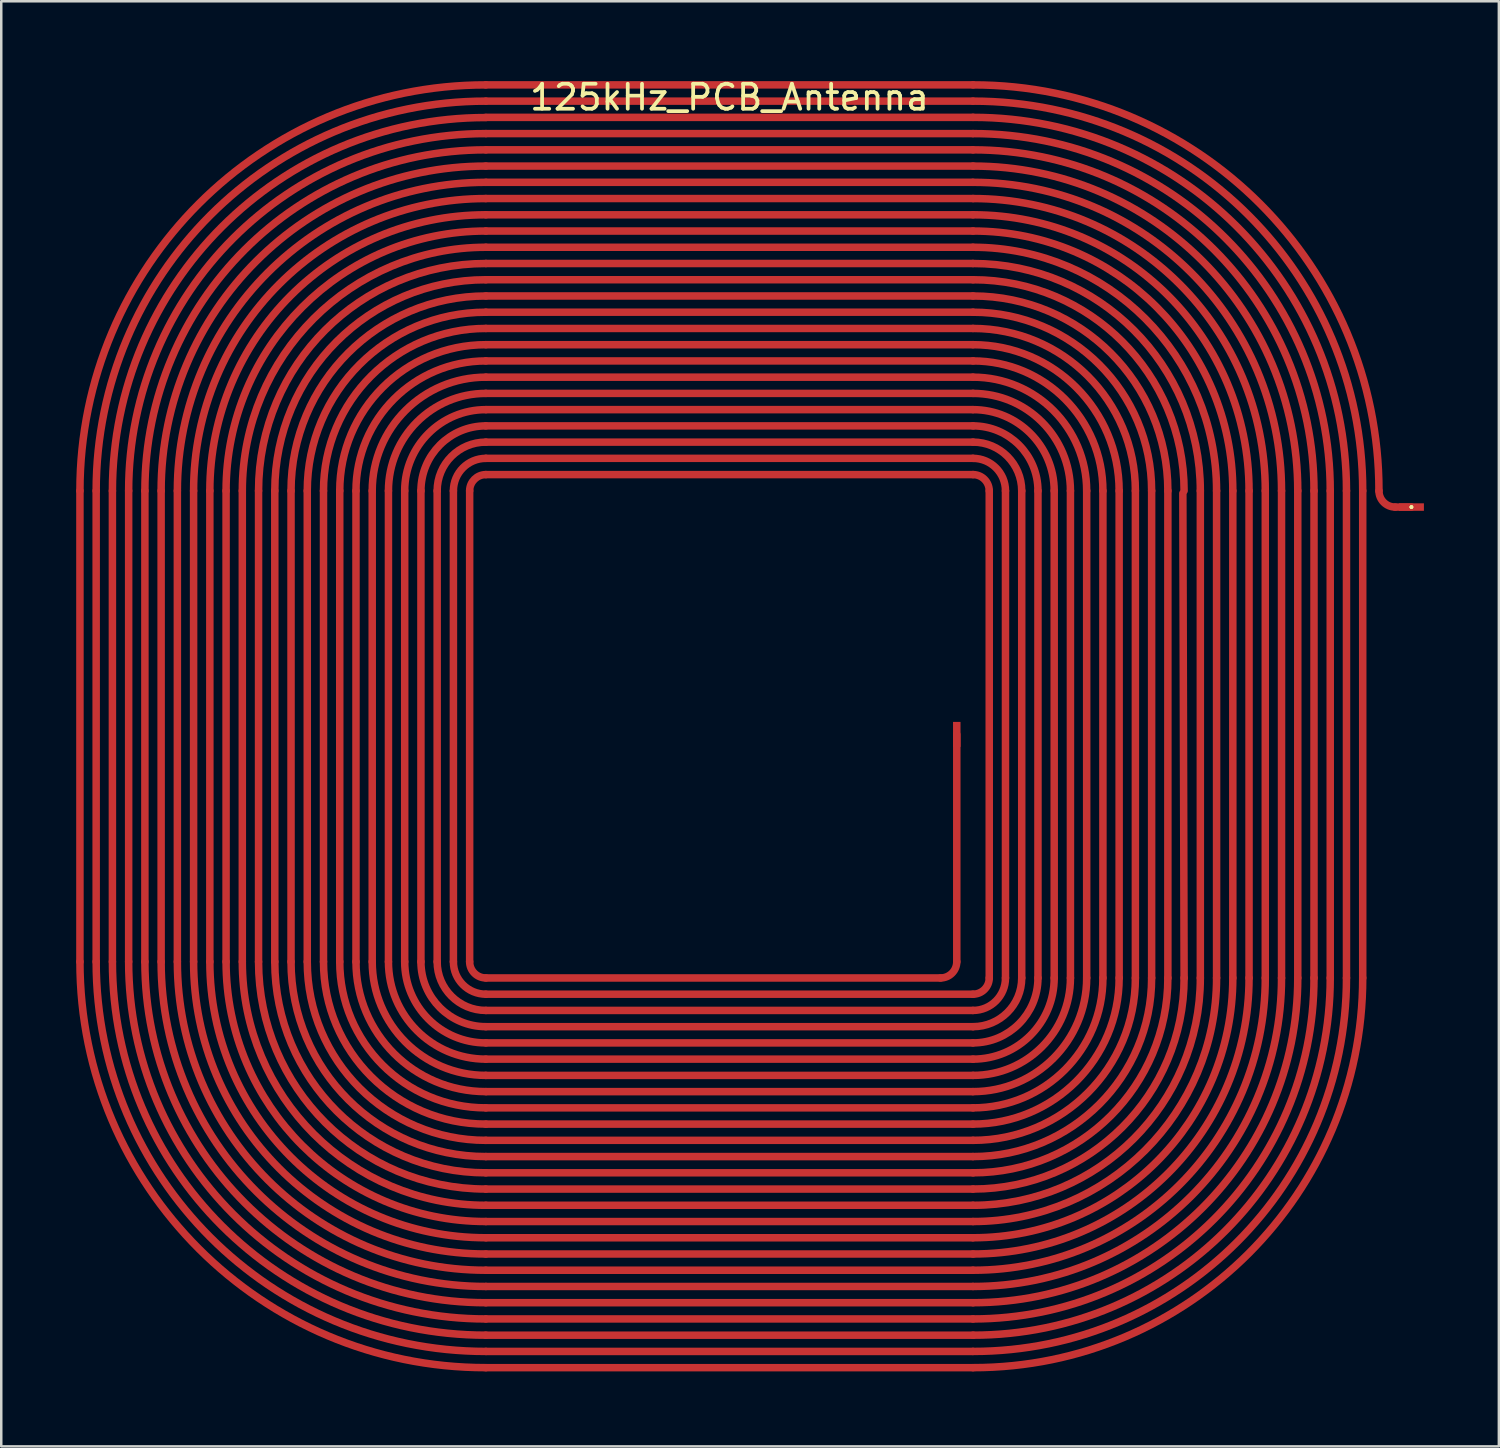
<source format=kicad_pcb>
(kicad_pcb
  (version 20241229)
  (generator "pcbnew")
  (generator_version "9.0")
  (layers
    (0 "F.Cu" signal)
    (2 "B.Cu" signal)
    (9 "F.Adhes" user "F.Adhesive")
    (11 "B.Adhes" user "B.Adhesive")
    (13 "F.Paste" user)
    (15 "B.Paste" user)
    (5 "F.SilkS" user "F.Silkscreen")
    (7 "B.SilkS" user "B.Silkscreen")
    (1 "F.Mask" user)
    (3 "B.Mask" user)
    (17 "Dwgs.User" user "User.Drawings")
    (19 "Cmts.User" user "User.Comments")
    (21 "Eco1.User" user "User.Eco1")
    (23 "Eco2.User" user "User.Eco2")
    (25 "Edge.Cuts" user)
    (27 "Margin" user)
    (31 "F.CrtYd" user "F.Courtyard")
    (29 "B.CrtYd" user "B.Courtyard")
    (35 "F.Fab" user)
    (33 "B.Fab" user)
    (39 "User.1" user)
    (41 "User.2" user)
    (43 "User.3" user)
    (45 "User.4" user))
  (footprint "125kHz_PCB_Antenna"
    (layer "F.Cu")
    (at 26.15 0.348)
    (property "Reference" "125kHz_PCB_Antenna" (at 0 0.5 0) (layer "F.SilkS") (effects (font (size 1 1) (thickness 0.15))))
    (attr smd)
    (fp_line (start -26 35.1) (end -26 16.25) (stroke (width 0.3) (type solid)) (layer "F.Cu"))
    (fp_line (start -25.35 35.1) (end -25.35 16.25) (stroke (width 0.3) (type solid)) (layer "F.Cu"))
    (fp_line (start -24.7 35.1) (end -24.7 16.25) (stroke (width 0.3) (type solid)) (layer "F.Cu"))
    (fp_line (start -24.05 35.1) (end -24.05 16.25) (stroke (width 0.3) (type solid)) (layer "F.Cu"))
    (fp_line (start -23.4 35.1) (end -23.4 16.25) (stroke (width 0.3) (type solid)) (layer "F.Cu"))
    (fp_line (start -22.75 35.1) (end -22.75 16.25) (stroke (width 0.3) (type solid)) (layer "F.Cu"))
    (fp_line (start -22.1 35.1) (end -22.1 16.25) (stroke (width 0.3) (type solid)) (layer "F.Cu"))
    (fp_line (start -21.45 35.1) (end -21.45 16.25) (stroke (width 0.3) (type solid)) (layer "F.Cu"))
    (fp_line (start -20.8 35.1) (end -20.8 16.25) (stroke (width 0.3) (type solid)) (layer "F.Cu"))
    (fp_line (start -20.15 35.1) (end -20.15 16.25) (stroke (width 0.3) (type solid)) (layer "F.Cu"))
    (fp_line (start -19.5 35.1) (end -19.5 16.25) (stroke (width 0.3) (type solid)) (layer "F.Cu"))
    (fp_line (start -18.85 35.1) (end -18.85 16.25) (stroke (width 0.3) (type solid)) (layer "F.Cu"))
    (fp_line (start -18.2 35.1) (end -18.2 16.25) (stroke (width 0.3) (type solid)) (layer "F.Cu"))
    (fp_line (start -17.55 35.1) (end -17.55 16.25) (stroke (width 0.3) (type solid)) (layer "F.Cu"))
    (fp_line (start -16.9 35.1) (end -16.9 16.25) (stroke (width 0.3) (type solid)) (layer "F.Cu"))
    (fp_line (start -16.25 35.1) (end -16.25 16.25) (stroke (width 0.3) (type solid)) (layer "F.Cu"))
    (fp_line (start -15.6 35.1) (end -15.6 16.25) (stroke (width 0.3) (type solid)) (layer "F.Cu"))
    (fp_line (start -14.95 35.1) (end -14.95 16.25) (stroke (width 0.3) (type solid)) (layer "F.Cu"))
    (fp_line (start -14.3 35.1) (end -14.3 16.25) (stroke (width 0.3) (type solid)) (layer "F.Cu"))
    (fp_line (start -13.65 35.1) (end -13.65 16.25) (stroke (width 0.3) (type solid)) (layer "F.Cu"))
    (fp_line (start -13 35.1) (end -13 16.25) (stroke (width 0.3) (type solid)) (layer "F.Cu"))
    (fp_line (start -12.35 35.1) (end -12.35 16.25) (stroke (width 0.3) (type solid)) (layer "F.Cu"))
    (fp_line (start -11.7 35.1) (end -11.7 16.25) (stroke (width 0.3) (type solid)) (layer "F.Cu"))
    (fp_line (start -11.05 35.1) (end -11.05 16.25) (stroke (width 0.3) (type solid)) (layer "F.Cu"))
    (fp_line (start -10.4 35.1) (end -10.4 16.25) (stroke (width 0.3) (type solid)) (layer "F.Cu"))
    (fp_line (start -9.75 0) (end 9.75 0) (stroke (width 0.3) (type solid)) (layer "F.Cu"))
    (fp_line (start -9.75 0.65) (end 9.75 0.65) (stroke (width 0.3) (type solid)) (layer "F.Cu"))
    (fp_line (start -9.75 1.3) (end 9.75 1.3) (stroke (width 0.3) (type solid)) (layer "F.Cu"))
    (fp_line (start -9.75 1.95) (end 9.75 1.95) (stroke (width 0.3) (type solid)) (layer "F.Cu"))
    (fp_line (start -9.75 2.6) (end 9.75 2.6) (stroke (width 0.3) (type solid)) (layer "F.Cu"))
    (fp_line (start -9.75 3.25) (end 9.75 3.25) (stroke (width 0.3) (type solid)) (layer "F.Cu"))
    (fp_line (start -9.75 3.9) (end 9.75 3.9) (stroke (width 0.3) (type solid)) (layer "F.Cu"))
    (fp_line (start -9.75 4.55) (end 9.75 4.55) (stroke (width 0.3) (type solid)) (layer "F.Cu"))
    (fp_line (start -9.75 5.2) (end 9.75 5.2) (stroke (width 0.3) (type solid)) (layer "F.Cu"))
    (fp_line (start -9.75 5.85) (end 9.75 5.85) (stroke (width 0.3) (type solid)) (layer "F.Cu"))
    (fp_line (start -9.75 6.5) (end 9.75 6.5) (stroke (width 0.3) (type solid)) (layer "F.Cu"))
    (fp_line (start -9.75 7.15) (end 9.75 7.15) (stroke (width 0.3) (type solid)) (layer "F.Cu"))
    (fp_line (start -9.75 7.8) (end 9.75 7.8) (stroke (width 0.3) (type solid)) (layer "F.Cu"))
    (fp_line (start -9.75 8.45) (end 9.75 8.45) (stroke (width 0.3) (type solid)) (layer "F.Cu"))
    (fp_line (start -9.75 9.1) (end 9.75 9.1) (stroke (width 0.3) (type solid)) (layer "F.Cu"))
    (fp_line (start -9.75 9.75) (end 9.75 9.75) (stroke (width 0.3) (type solid)) (layer "F.Cu"))
    (fp_line (start -9.75 10.4) (end 9.75 10.4) (stroke (width 0.3) (type solid)) (layer "F.Cu"))
    (fp_line (start -9.75 11.05) (end 9.75 11.05) (stroke (width 0.3) (type solid)) (layer "F.Cu"))
    (fp_line (start -9.75 11.7) (end 9.75 11.7) (stroke (width 0.3) (type solid)) (layer "F.Cu"))
    (fp_line (start -9.75 12.35) (end 9.75 12.35) (stroke (width 0.3) (type solid)) (layer "F.Cu"))
    (fp_line (start -9.75 13) (end 9.75 13) (stroke (width 0.3) (type solid)) (layer "F.Cu"))
    (fp_line (start -9.75 13.65) (end 9.75 13.65) (stroke (width 0.3) (type solid)) (layer "F.Cu"))
    (fp_line (start -9.75 14.3) (end 9.75 14.3) (stroke (width 0.3) (type solid)) (layer "F.Cu"))
    (fp_line (start -9.75 14.95) (end 9.75 14.95) (stroke (width 0.3) (type solid)) (layer "F.Cu"))
    (fp_line (start -9.75 15.6) (end 9.75 15.6) (stroke (width 0.3) (type solid)) (layer "F.Cu"))
    (fp_line (start 8.45 35.75) (end -9.75 35.75) (stroke (width 0.3) (type solid)) (layer "F.Cu"))
    (fp_line (start 9.1 26) (end 9.1 35.1) (stroke (width 0.3) (type solid)) (layer "F.Cu"))
    (fp_line (start 9.75 36.4) (end -9.75 36.4) (stroke (width 0.3) (type solid)) (layer "F.Cu"))
    (fp_line (start 9.75 37.05) (end -9.75 37.05) (stroke (width 0.3) (type solid)) (layer "F.Cu"))
    (fp_line (start 9.75 37.7) (end -9.75 37.7) (stroke (width 0.3) (type solid)) (layer "F.Cu"))
    (fp_line (start 9.75 38.35) (end -9.75 38.35) (stroke (width 0.3) (type solid)) (layer "F.Cu"))
    (fp_line (start 9.75 39) (end -9.75 39) (stroke (width 0.3) (type solid)) (layer "F.Cu"))
    (fp_line (start 9.75 39.65) (end -9.75 39.65) (stroke (width 0.3) (type solid)) (layer "F.Cu"))
    (fp_line (start 9.75 40.3) (end -9.75 40.3) (stroke (width 0.3) (type solid)) (layer "F.Cu"))
    (fp_line (start 9.75 40.95) (end -9.75 40.95) (stroke (width 0.3) (type solid)) (layer "F.Cu"))
    (fp_line (start 9.75 41.6) (end -9.75 41.6) (stroke (width 0.3) (type solid)) (layer "F.Cu"))
    (fp_line (start 9.75 42.25) (end -9.75 42.25) (stroke (width 0.3) (type solid)) (layer "F.Cu"))
    (fp_line (start 9.75 42.9) (end -9.75 42.9) (stroke (width 0.3) (type solid)) (layer "F.Cu"))
    (fp_line (start 9.75 43.55) (end -9.75 43.55) (stroke (width 0.3) (type solid)) (layer "F.Cu"))
    (fp_line (start 9.75 44.2) (end -9.75 44.2) (stroke (width 0.3) (type solid)) (layer "F.Cu"))
    (fp_line (start 9.75 44.85) (end -9.75 44.85) (stroke (width 0.3) (type solid)) (layer "F.Cu"))
    (fp_line (start 9.75 45.5) (end -9.75 45.5) (stroke (width 0.3) (type solid)) (layer "F.Cu"))
    (fp_line (start 9.75 46.15) (end -9.75 46.15) (stroke (width 0.3) (type solid)) (layer "F.Cu"))
    (fp_line (start 9.75 46.8) (end -9.75 46.8) (stroke (width 0.3) (type solid)) (layer "F.Cu"))
    (fp_line (start 9.75 47.45) (end -9.75 47.45) (stroke (width 0.3) (type solid)) (layer "F.Cu"))
    (fp_line (start 9.75 48.1) (end -9.75 48.1) (stroke (width 0.3) (type solid)) (layer "F.Cu"))
    (fp_line (start 9.75 48.75) (end -9.75 48.75) (stroke (width 0.3) (type solid)) (layer "F.Cu"))
    (fp_line (start 9.75 49.4) (end -9.75 49.4) (stroke (width 0.3) (type solid)) (layer "F.Cu"))
    (fp_line (start 9.75 50.05) (end -9.75 50.05) (stroke (width 0.3) (type solid)) (layer "F.Cu"))
    (fp_line (start 9.75 50.7) (end -9.75 50.7) (stroke (width 0.3) (type solid)) (layer "F.Cu"))
    (fp_line (start 9.75 51.35) (end -9.75 51.35) (stroke (width 0.3) (type solid)) (layer "F.Cu"))
    (fp_line (start 10.4 16.25) (end 10.4 35.75) (stroke (width 0.3) (type solid)) (layer "F.Cu"))
    (fp_line (start 11.05 16.25) (end 11.05 35.75) (stroke (width 0.3) (type solid)) (layer "F.Cu"))
    (fp_line (start 11.7 16.25) (end 11.7 35.75) (stroke (width 0.3) (type solid)) (layer "F.Cu"))
    (fp_line (start 12.35 16.25) (end 12.35 35.75) (stroke (width 0.3) (type solid)) (layer "F.Cu"))
    (fp_line (start 13 16.25) (end 13 35.75) (stroke (width 0.3) (type solid)) (layer "F.Cu"))
    (fp_line (start 13.65 16.25) (end 13.65 35.75) (stroke (width 0.3) (type solid)) (layer "F.Cu"))
    (fp_line (start 14.3 16.25) (end 14.3 35.75) (stroke (width 0.3) (type solid)) (layer "F.Cu"))
    (fp_line (start 14.95 16.25) (end 14.95 35.75) (stroke (width 0.3) (type solid)) (layer "F.Cu"))
    (fp_line (start 15.6 16.25) (end 15.6 35.75) (stroke (width 0.3) (type solid)) (layer "F.Cu"))
    (fp_line (start 16.25 16.25) (end 16.25 35.75) (stroke (width 0.3) (type solid)) (layer "F.Cu"))
    (fp_line (start 16.9 16.25) (end 16.9 35.75) (stroke (width 0.3) (type solid)) (layer "F.Cu"))
    (fp_line (start 17.55 16.25) (end 17.55 35.75) (stroke (width 0.3) (type solid)) (layer "F.Cu"))
    (fp_line (start 18.15 16.35) (end 18.2 35.75) (stroke (width 0.3) (type solid)) (layer "F.Cu"))
    (fp_line (start 18.85 16.25) (end 18.85 35.75) (stroke (width 0.3) (type solid)) (layer "F.Cu"))
    (fp_line (start 19.5 16.25) (end 19.5 35.75) (stroke (width 0.3) (type solid)) (layer "F.Cu"))
    (fp_line (start 20.15 16.25) (end 20.15 35.75) (stroke (width 0.3) (type solid)) (layer "F.Cu"))
    (fp_line (start 20.8 16.25) (end 20.8 35.75) (stroke (width 0.3) (type solid)) (layer "F.Cu"))
    (fp_line (start 21.45 16.25) (end 21.45 35.75) (stroke (width 0.3) (type solid)) (layer "F.Cu"))
    (fp_line (start 22.1 16.25) (end 22.1 35.75) (stroke (width 0.3) (type solid)) (layer "F.Cu"))
    (fp_line (start 22.75 16.25) (end 22.75 35.75) (stroke (width 0.3) (type solid)) (layer "F.Cu"))
    (fp_line (start 23.4 16.25) (end 23.4 35.75) (stroke (width 0.3) (type solid)) (layer "F.Cu"))
    (fp_line (start 24.05 16.25) (end 24.05 35.75) (stroke (width 0.3) (type solid)) (layer "F.Cu"))
    (fp_line (start 24.7 16.25) (end 24.7 35.75) (stroke (width 0.3) (type solid)) (layer "F.Cu"))
    (fp_line (start 25.35 16.25) (end 25.35 35.75) (stroke (width 0.3) (type solid)) (layer "F.Cu"))
    (fp_line (start 26.65 16.9) (end 27.3 16.9) (stroke (width 0.3) (type solid)) (layer "F.Cu"))
    (fp_arc (start -26 16.25) (mid -21.240485 4.759515) (end -9.75 0) (stroke (width 0.3) (type solid)) (layer "F.Cu"))
    (fp_arc (start -25.35 16.25) (mid -20.780866 5.219134) (end -9.75 0.65) (stroke (width 0.3) (type solid)) (layer "F.Cu"))
    (fp_arc (start -24.7 16.257554) (mid -20.321246 5.686308) (end -9.75 1.307554) (stroke (width 0.3) (type solid)) (layer "F.Cu"))
    (fp_arc (start -24.05 16.25) (mid -19.861627 6.138373) (end -9.75 1.95) (stroke (width 0.3) (type solid)) (layer "F.Cu"))
    (fp_arc (start -23.4 16.25) (mid -19.402008 6.597992) (end -9.75 2.6) (stroke (width 0.3) (type solid)) (layer "F.Cu"))
    (fp_arc (start -22.75 16.25) (mid -18.942388 7.057612) (end -9.75 3.25) (stroke (width 0.3) (type solid)) (layer "F.Cu"))
    (fp_arc (start -22.1 16.25) (mid -18.482769 7.517231) (end -9.75 3.9) (stroke (width 0.3) (type solid)) (layer "F.Cu"))
    (fp_arc (start -21.45 16.25) (mid -18.023149 7.976851) (end -9.75 4.55) (stroke (width 0.3) (type solid)) (layer "F.Cu"))
    (fp_arc (start -20.8 16.25) (mid -17.56353 8.43647) (end -9.75 5.2) (stroke (width 0.3) (type solid)) (layer "F.Cu"))
    (fp_arc (start -20.15 16.25) (mid -17.103911 8.896089) (end -9.75 5.85) (stroke (width 0.3) (type solid)) (layer "F.Cu"))
    (fp_arc (start -19.5 16.25) (mid -16.644291 9.355709) (end -9.75 6.5) (stroke (width 0.3) (type solid)) (layer "F.Cu"))
    (fp_arc (start -18.85 16.25) (mid -16.184672 9.815328) (end -9.75 7.15) (stroke (width 0.3) (type solid)) (layer "F.Cu"))
    (fp_arc (start -18.2 16.25) (mid -15.725052 10.274948) (end -9.75 7.8) (stroke (width 0.3) (type solid)) (layer "F.Cu"))
    (fp_arc (start -17.55 16.25) (mid -15.265433 10.734567) (end -9.75 8.45) (stroke (width 0.3) (type solid)) (layer "F.Cu"))
    (fp_arc (start -16.9 16.25) (mid -14.805813 11.194187) (end -9.75 9.1) (stroke (width 0.3) (type solid)) (layer "F.Cu"))
    (fp_arc (start -16.25 16.25) (mid -14.346194 11.653806) (end -9.75 9.75) (stroke (width 0.3) (type solid)) (layer "F.Cu"))
    (fp_arc (start -15.6 16.25) (mid -13.886575 12.113425) (end -9.75 10.4) (stroke (width 0.3) (type solid)) (layer "F.Cu"))
    (fp_arc (start -14.95 16.25) (mid -13.426955 12.573045) (end -9.75 11.05) (stroke (width 0.3) (type solid)) (layer "F.Cu"))
    (fp_arc (start -14.3 16.25) (mid -12.967336 13.032664) (end -9.75 11.7) (stroke (width 0.3) (type solid)) (layer "F.Cu"))
    (fp_arc (start -13.65 16.25) (mid -12.507716 13.492284) (end -9.75 12.35) (stroke (width 0.3) (type solid)) (layer "F.Cu"))
    (fp_arc (start -13 16.25) (mid -12.048097 13.951903) (end -9.75 13) (stroke (width 0.3) (type solid)) (layer "F.Cu"))
    (fp_arc (start -12.35 16.25) (mid -11.588478 14.411522) (end -9.75 13.65) (stroke (width 0.3) (type solid)) (layer "F.Cu"))
    (fp_arc (start -11.7 16.25) (mid -11.128858 14.871142) (end -9.75 14.3) (stroke (width 0.3) (type solid)) (layer "F.Cu"))
    (fp_arc (start -11.05 16.25) (mid -10.669239 15.330761) (end -9.75 14.95) (stroke (width 0.3) (type solid)) (layer "F.Cu"))
    (fp_arc (start -10.4 16.25) (mid -10.209619 15.790381) (end -9.75 15.6) (stroke (width 0.3) (type solid)) (layer "F.Cu"))
    (fp_arc (start -9.75 35.75) (mid -10.209619 35.559619) (end -10.4 35.1) (stroke (width 0.3) (type solid)) (layer "F.Cu"))
    (fp_arc (start -9.75 36.4) (mid -10.669239 36.019239) (end -11.05 35.1) (stroke (width 0.3) (type solid)) (layer "F.Cu"))
    (fp_arc (start -9.75 37.05) (mid -11.128858 36.478858) (end -11.7 35.1) (stroke (width 0.3) (type solid)) (layer "F.Cu"))
    (fp_arc (start -9.75 37.7) (mid -11.588478 36.938478) (end -12.35 35.1) (stroke (width 0.3) (type solid)) (layer "F.Cu"))
    (fp_arc (start -9.75 38.35) (mid -12.048097 37.398097) (end -13 35.1) (stroke (width 0.3) (type solid)) (layer "F.Cu"))
    (fp_arc (start -9.75 39) (mid -12.507716 37.857716) (end -13.65 35.1) (stroke (width 0.3) (type solid)) (layer "F.Cu"))
    (fp_arc (start -9.75 39.65) (mid -12.967336 38.317336) (end -14.3 35.1) (stroke (width 0.3) (type solid)) (layer "F.Cu"))
    (fp_arc (start -9.75 40.3) (mid -13.426955 38.776955) (end -14.95 35.1) (stroke (width 0.3) (type solid)) (layer "F.Cu"))
    (fp_arc (start -9.75 40.95) (mid -13.886575 39.236575) (end -15.6 35.1) (stroke (width 0.3) (type solid)) (layer "F.Cu"))
    (fp_arc (start -9.75 41.6) (mid -14.346194 39.696194) (end -16.25 35.1) (stroke (width 0.3) (type solid)) (layer "F.Cu"))
    (fp_arc (start -9.75 42.25) (mid -14.805813 40.155813) (end -16.9 35.1) (stroke (width 0.3) (type solid)) (layer "F.Cu"))
    (fp_arc (start -9.75 42.9) (mid -15.265433 40.615433) (end -17.55 35.1) (stroke (width 0.3) (type solid)) (layer "F.Cu"))
    (fp_arc (start -9.75 43.55) (mid -15.725052 41.075052) (end -18.2 35.1) (stroke (width 0.3) (type solid)) (layer "F.Cu"))
    (fp_arc (start -9.75 44.2) (mid -16.184672 41.534672) (end -18.85 35.1) (stroke (width 0.3) (type solid)) (layer "F.Cu"))
    (fp_arc (start -9.75 44.85) (mid -16.644291 41.994291) (end -19.5 35.1) (stroke (width 0.3) (type solid)) (layer "F.Cu"))
    (fp_arc (start -9.75 45.5) (mid -17.103911 42.453911) (end -20.15 35.1) (stroke (width 0.3) (type solid)) (layer "F.Cu"))
    (fp_arc (start -9.75 46.15) (mid -17.56353 42.91353) (end -20.8 35.1) (stroke (width 0.3) (type solid)) (layer "F.Cu"))
    (fp_arc (start -9.75 46.8) (mid -18.023149 43.373149) (end -21.45 35.1) (stroke (width 0.3) (type solid)) (layer "F.Cu"))
    (fp_arc (start -9.75 47.45) (mid -18.482769 43.832769) (end -22.1 35.1) (stroke (width 0.3) (type solid)) (layer "F.Cu"))
    (fp_arc (start -9.75 48.1) (mid -18.942388 44.292388) (end -22.75 35.1) (stroke (width 0.3) (type solid)) (layer "F.Cu"))
    (fp_arc (start -9.75 48.75) (mid -19.402008 44.752008) (end -23.4 35.1) (stroke (width 0.3) (type solid)) (layer "F.Cu"))
    (fp_arc (start -9.75 49.4) (mid -19.861627 45.211627) (end -24.05 35.1) (stroke (width 0.3) (type solid)) (layer "F.Cu"))
    (fp_arc (start -9.75 50.05) (mid -20.321246 45.671246) (end -24.7 35.1) (stroke (width 0.3) (type solid)) (layer "F.Cu"))
    (fp_arc (start -9.75 50.7) (mid -20.780866 46.130866) (end -25.35 35.1) (stroke (width 0.3) (type solid)) (layer "F.Cu"))
    (fp_arc (start -9.75 51.35) (mid -21.240485 46.590485) (end -26 35.1) (stroke (width 0.3) (type solid)) (layer "F.Cu"))
    (fp_arc (start 9.1 35.1) (mid 8.909619 35.559619) (end 8.45 35.75) (stroke (width 0.3) (type solid)) (layer "F.Cu"))
    (fp_arc (start 9.75 0) (mid 21.240485 4.759515) (end 26 16.25) (stroke (width 0.3) (type solid)) (layer "F.Cu"))
    (fp_arc (start 9.75 0.65) (mid 20.780866 5.219134) (end 25.35 16.25) (stroke (width 0.3) (type solid)) (layer "F.Cu"))
    (fp_arc (start 9.75 1.3) (mid 20.321246 5.678754) (end 24.7 16.25) (stroke (width 0.3) (type solid)) (layer "F.Cu"))
    (fp_arc (start 9.75 1.95) (mid 19.861627 6.138373) (end 24.05 16.25) (stroke (width 0.3) (type solid)) (layer "F.Cu"))
    (fp_arc (start 9.75 2.6) (mid 19.402008 6.597992) (end 23.4 16.25) (stroke (width 0.3) (type solid)) (layer "F.Cu"))
    (fp_arc (start 9.75 3.25) (mid 18.942388 7.057612) (end 22.75 16.25) (stroke (width 0.3) (type solid)) (layer "F.Cu"))
    (fp_arc (start 9.75 3.9) (mid 18.482769 7.517231) (end 22.1 16.25) (stroke (width 0.3) (type solid)) (layer "F.Cu"))
    (fp_arc (start 9.75 4.55) (mid 18.023149 7.976851) (end 21.45 16.25) (stroke (width 0.3) (type solid)) (layer "F.Cu"))
    (fp_arc (start 9.75 5.2) (mid 17.56353 8.43647) (end 20.8 16.25) (stroke (width 0.3) (type solid)) (layer "F.Cu"))
    (fp_arc (start 9.75 5.85) (mid 17.103911 8.896089) (end 20.15 16.25) (stroke (width 0.3) (type solid)) (layer "F.Cu"))
    (fp_arc (start 9.75 6.5) (mid 16.644291 9.355709) (end 19.5 16.25) (stroke (width 0.3) (type solid)) (layer "F.Cu"))
    (fp_arc (start 9.75 7.15) (mid 16.184672 9.815328) (end 18.85 16.25) (stroke (width 0.3) (type solid)) (layer "F.Cu"))
    (fp_arc (start 9.75 7.8) (mid 15.725052 10.274948) (end 18.2 16.25) (stroke (width 0.3) (type solid)) (layer "F.Cu"))
    (fp_arc (start 9.75 8.45) (mid 15.265433 10.734567) (end 17.55 16.25) (stroke (width 0.3) (type solid)) (layer "F.Cu"))
    (fp_arc (start 9.75 9.1) (mid 14.805813 11.194187) (end 16.9 16.25) (stroke (width 0.3) (type solid)) (layer "F.Cu"))
    (fp_arc (start 9.75 9.75) (mid 14.346194 11.653806) (end 16.25 16.25) (stroke (width 0.3) (type solid)) (layer "F.Cu"))
    (fp_arc (start 9.75 10.4) (mid 13.886575 12.113425) (end 15.6 16.25) (stroke (width 0.3) (type solid)) (layer "F.Cu"))
    (fp_arc (start 9.75 11.05) (mid 13.426955 12.573045) (end 14.95 16.25) (stroke (width 0.3) (type solid)) (layer "F.Cu"))
    (fp_arc (start 9.75 11.7) (mid 12.967336 13.032664) (end 14.3 16.25) (stroke (width 0.3) (type solid)) (layer "F.Cu"))
    (fp_arc (start 9.75 12.35) (mid 12.507716 13.492284) (end 13.65 16.25) (stroke (width 0.3) (type solid)) (layer "F.Cu"))
    (fp_arc (start 9.75 13) (mid 12.048097 13.951903) (end 13 16.25) (stroke (width 0.3) (type solid)) (layer "F.Cu"))
    (fp_arc (start 9.75 13.65) (mid 11.588478 14.411522) (end 12.35 16.25) (stroke (width 0.3) (type solid)) (layer "F.Cu"))
    (fp_arc (start 9.75 14.3) (mid 11.128858 14.871142) (end 11.7 16.25) (stroke (width 0.3) (type solid)) (layer "F.Cu"))
    (fp_arc (start 9.75 14.95) (mid 10.669239 15.330761) (end 11.05 16.25) (stroke (width 0.3) (type solid)) (layer "F.Cu"))
    (fp_arc (start 9.75 15.6) (mid 10.209619 15.790381) (end 10.4 16.25) (stroke (width 0.3) (type solid)) (layer "F.Cu"))
    (fp_arc (start 10.4 35.75) (mid 10.209619 36.209619) (end 9.75 36.4) (stroke (width 0.3) (type solid)) (layer "F.Cu"))
    (fp_arc (start 11.05 35.75) (mid 10.669239 36.669239) (end 9.75 37.05) (stroke (width 0.3) (type solid)) (layer "F.Cu"))
    (fp_arc (start 11.7 35.75) (mid 11.128858 37.128858) (end 9.75 37.7) (stroke (width 0.3) (type solid)) (layer "F.Cu"))
    (fp_arc (start 12.35 35.75) (mid 11.588478 37.588478) (end 9.75 38.35) (stroke (width 0.3) (type solid)) (layer "F.Cu"))
    (fp_arc (start 13 35.75) (mid 12.048097 38.048097) (end 9.75 39) (stroke (width 0.3) (type solid)) (layer "F.Cu"))
    (fp_arc (start 13.65 35.75) (mid 12.507716 38.507716) (end 9.75 39.65) (stroke (width 0.3) (type solid)) (layer "F.Cu"))
    (fp_arc (start 14.3 35.75) (mid 12.967336 38.967336) (end 9.75 40.3) (stroke (width 0.3) (type solid)) (layer "F.Cu"))
    (fp_arc (start 14.95 35.75) (mid 13.426955 39.426955) (end 9.75 40.95) (stroke (width 0.3) (type solid)) (layer "F.Cu"))
    (fp_arc (start 15.6 35.75) (mid 13.886575 39.886575) (end 9.75 41.6) (stroke (width 0.3) (type solid)) (layer "F.Cu"))
    (fp_arc (start 16.25 35.75) (mid 14.346194 40.346194) (end 9.75 42.25) (stroke (width 0.3) (type solid)) (layer "F.Cu"))
    (fp_arc (start 16.9 35.75) (mid 14.805813 40.805813) (end 9.75 42.9) (stroke (width 0.3) (type solid)) (layer "F.Cu"))
    (fp_arc (start 17.55 35.75) (mid 15.265433 41.265433) (end 9.75 43.55) (stroke (width 0.3) (type solid)) (layer "F.Cu"))
    (fp_arc (start 18.2 35.75) (mid 15.725052 41.725052) (end 9.75 44.2) (stroke (width 0.3) (type solid)) (layer "F.Cu"))
    (fp_arc (start 18.85 35.75) (mid 16.184672 42.184672) (end 9.75 44.85) (stroke (width 0.3) (type solid)) (layer "F.Cu"))
    (fp_arc (start 19.5 35.75) (mid 16.644291 42.644291) (end 9.75 45.5) (stroke (width 0.3) (type solid)) (layer "F.Cu"))
    (fp_arc (start 20.15 35.75) (mid 17.103911 43.103911) (end 9.75 46.15) (stroke (width 0.3) (type solid)) (layer "F.Cu"))
    (fp_arc (start 20.8 35.75) (mid 17.56353 43.56353) (end 9.75 46.8) (stroke (width 0.3) (type solid)) (layer "F.Cu"))
    (fp_arc (start 21.45 35.75) (mid 18.023149 44.023149) (end 9.75 47.45) (stroke (width 0.3) (type solid)) (layer "F.Cu"))
    (fp_arc (start 22.1 35.75) (mid 18.482769 44.482769) (end 9.75 48.1) (stroke (width 0.3) (type solid)) (layer "F.Cu"))
    (fp_arc (start 22.75 35.75) (mid 18.942388 44.942388) (end 9.75 48.75) (stroke (width 0.3) (type solid)) (layer "F.Cu"))
    (fp_arc (start 23.4 35.75) (mid 19.402008 45.402008) (end 9.75 49.4) (stroke (width 0.3) (type solid)) (layer "F.Cu"))
    (fp_arc (start 24.05 35.75) (mid 19.861627 45.861627) (end 9.75 50.05) (stroke (width 0.3) (type solid)) (layer "F.Cu"))
    (fp_arc (start 24.7 35.75) (mid 20.321246 46.321246) (end 9.75 50.7) (stroke (width 0.3) (type solid)) (layer "F.Cu"))
    (fp_arc (start 25.35 35.75) (mid 20.780866 46.780866) (end 9.75 51.35) (stroke (width 0.3) (type solid)) (layer "F.Cu"))
    (fp_arc (start 26.65 16.9) (mid 26.190381 16.709619) (end 26 16.25) (stroke (width 0.3) (type solid)) (layer "F.Cu"))
    (fp_line (start 27.3 16.9) (end 27.3 16.9) (stroke (width 0.15) (type solid)) (layer "F.SilkS"))
    (fp_line (start 27.3 16.9) (end 27.3 16.9) (stroke (width 0.15) (type solid)) (layer "F.SilkS"))
    (fp_line (start 27.3 16.9) (end 27.3 16.9) (stroke (width 0.15) (type solid)) (layer "F.SilkS"))
    (pad "1" smd rect (at 27.3 16.9 90) (size 0.3 1) (layers "F.Cu" "F.Mask" "F.Paste"))
    (pad "2" smd rect (at 9.1 26 180) (size 0.3 1) (layers "F.Cu" "F.Mask" "F.Paste")))
  (gr_rect
    (start -3 -3)
    (end 56.95 54.848)
    (stroke (width 0.1) (type default))
    (fill no)
    (layer "Edge.Cuts")))
</source>
